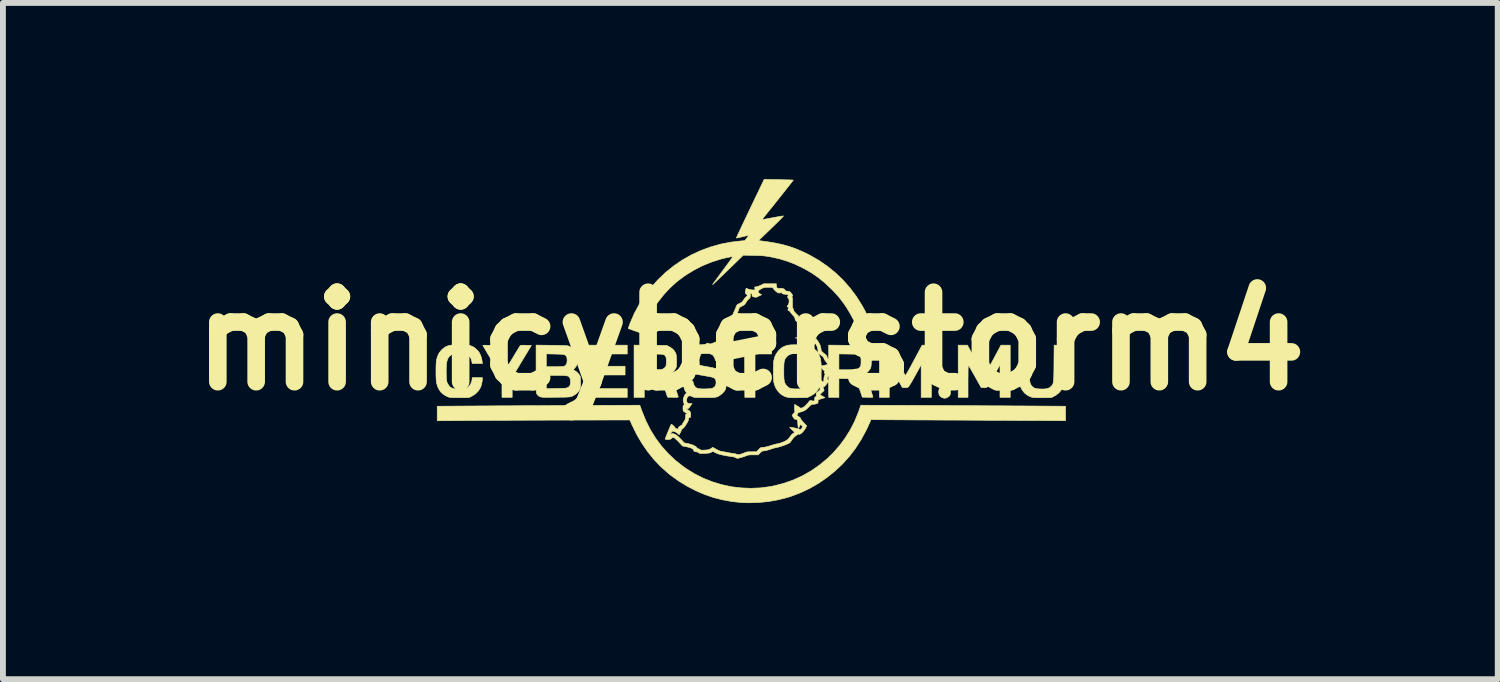
<source format=kicad_pcb>
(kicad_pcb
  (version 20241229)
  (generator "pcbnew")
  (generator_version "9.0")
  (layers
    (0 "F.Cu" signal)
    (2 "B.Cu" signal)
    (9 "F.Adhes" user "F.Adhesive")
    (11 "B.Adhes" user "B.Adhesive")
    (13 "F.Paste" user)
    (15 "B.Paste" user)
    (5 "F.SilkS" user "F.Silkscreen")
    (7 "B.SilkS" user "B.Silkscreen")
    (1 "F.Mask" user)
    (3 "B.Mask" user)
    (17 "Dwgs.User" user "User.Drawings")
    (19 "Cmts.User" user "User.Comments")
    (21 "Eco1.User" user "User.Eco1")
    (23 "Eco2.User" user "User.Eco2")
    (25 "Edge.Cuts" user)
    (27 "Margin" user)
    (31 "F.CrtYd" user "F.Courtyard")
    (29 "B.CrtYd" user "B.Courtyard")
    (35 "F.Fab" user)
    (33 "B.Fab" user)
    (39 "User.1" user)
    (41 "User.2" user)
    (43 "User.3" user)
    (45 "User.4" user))
  (footprint "minicyberstorm4"
    (layer "F.Cu")
    (at 9.732 2.763)
    (property "Reference" "minicyberstorm4" (at 0 0 0) (layer "F.SilkS") (effects (font (size 1.524 1.524) (thickness 0.3))))
    (attr through_hole)
    (fp_poly (pts (xy 3.351 0.77) (xy 3.38 0.787) (xy 3.401 0.813) (xy 3.402 0.815) (xy 3.409 0.842) (xy 3.41 0.875) (xy 3.405 0.907) (xy 3.399 0.92) (xy 3.384 0.939) (xy 3.359 0.956) (xy 3.331 0.968) (xy 3.309 0.971) (xy 3.291 0.968) (xy 3.269 0.96) (xy 3.261 0.957) (xy 3.232 0.936) (xy 3.214 0.907) (xy 3.208 0.869) (xy 3.208 0.865) (xy 3.212 0.828) (xy 3.227 0.8) (xy 3.251 0.779) (xy 3.282 0.765) (xy 3.317 0.762) (xy 3.351 0.77)) (stroke (width 0.01) (type solid)) (fill yes) (layer "F.SilkS"))
    (fp_poly (pts (xy -2.097 0.217) (xy -2.598 0.217) (xy -2.598 0.426) (xy -2.134 0.426) (xy -2.134 0.575) (xy -2.598 0.575) (xy -2.598 0.807) (xy -2.097 0.807) (xy -2.097 0.956) (xy -2.389 0.956) (xy -2.463 0.956) (xy -2.523 0.956) (xy -2.572 0.955) (xy -2.611 0.955) (xy -2.64 0.954) (xy -2.663 0.952) (xy -2.68 0.951) (xy -2.693 0.948) (xy -2.703 0.946) (xy -2.711 0.942) (xy -2.711 0.942) (xy -2.737 0.925) (xy -2.756 0.903) (xy -2.757 0.902) (xy -2.76 0.896) (xy -2.763 0.89) (xy -2.765 0.882) (xy -2.767 0.871) (xy -2.769 0.856) (xy -2.77 0.835) (xy -2.771 0.808) (xy -2.771 0.773) (xy -2.772 0.729) (xy -2.772 0.674) (xy -2.772 0.608) (xy -2.772 0.529) (xy -2.772 0.472) (xy -2.772 0.067) (xy -2.097 0.067) (xy -2.097 0.217)) (stroke (width 0.01) (type solid)) (fill yes) (layer "F.SilkS"))
    (fp_poly (pts (xy -3.819 0.069) (xy -3.818 0.069) (xy -3.73 0.071) (xy -3.893 0.342) (xy -4.057 0.613) (xy -4.057 0.956) (xy -4.231 0.956) (xy -4.231 0.614) (xy -4.394 0.344) (xy -4.429 0.286) (xy -4.461 0.233) (xy -4.49 0.185) (xy -4.514 0.144) (xy -4.534 0.11) (xy -4.548 0.086) (xy -4.556 0.073) (xy -4.557 0.07) (xy -4.551 0.069) (xy -4.532 0.068) (xy -4.504 0.068) (xy -4.47 0.069) (xy -4.462 0.069) (xy -4.366 0.071) (xy -4.259 0.254) (xy -4.231 0.301) (xy -4.205 0.344) (xy -4.183 0.38) (xy -4.165 0.41) (xy -4.152 0.429) (xy -4.146 0.439) (xy -4.146 0.439) (xy -4.141 0.433) (xy -4.129 0.416) (xy -4.112 0.39) (xy -4.091 0.355) (xy -4.066 0.314) (xy -4.038 0.268) (xy -4.032 0.257) (xy -4.004 0.21) (xy -3.978 0.167) (xy -3.955 0.13) (xy -3.937 0.1) (xy -3.923 0.08) (xy -3.916 0.07) (xy -3.915 0.07) (xy -3.905 0.069) (xy -3.884 0.068) (xy -3.854 0.068) (xy -3.819 0.069)) (stroke (width 0.01) (type solid)) (fill yes) (layer "F.SilkS"))
    (fp_poly (pts (xy 3.084 0.956) (xy 2.91 0.956) (xy 2.91 0.4) (xy 2.814 0.574) (xy 2.787 0.622) (xy 2.762 0.667) (xy 2.74 0.706) (xy 2.72 0.737) (xy 2.706 0.76) (xy 2.698 0.771) (xy 2.686 0.783) (xy 2.674 0.789) (xy 2.657 0.791) (xy 2.634 0.79) (xy 2.589 0.788) (xy 2.484 0.601) (xy 2.457 0.553) (xy 2.432 0.509) (xy 2.41 0.471) (xy 2.393 0.44) (xy 2.38 0.419) (xy 2.373 0.408) (xy 2.373 0.408) (xy 2.371 0.413) (xy 2.369 0.432) (xy 2.368 0.466) (xy 2.367 0.512) (xy 2.366 0.571) (xy 2.366 0.641) (xy 2.366 0.678) (xy 2.366 0.956) (xy 2.199 0.956) (xy 2.199 0.067) (xy 2.277 0.067) (xy 2.355 0.067) (xy 2.492 0.318) (xy 2.523 0.374) (xy 2.552 0.426) (xy 2.578 0.474) (xy 2.6 0.514) (xy 2.618 0.546) (xy 2.631 0.568) (xy 2.637 0.579) (xy 2.638 0.58) (xy 2.641 0.58) (xy 2.647 0.575) (xy 2.655 0.563) (xy 2.668 0.543) (xy 2.684 0.515) (xy 2.706 0.477) (xy 2.733 0.428) (xy 2.765 0.368) (xy 2.786 0.329) (xy 2.926 0.067) (xy 3.084 0.067) (xy 3.084 0.956)) (stroke (width 0.01) (type solid)) (fill yes) (layer "F.SilkS"))
    (fp_poly (pts (xy 4.427 0.956) (xy 4.253 0.956) (xy 4.253 0.4) (xy 4.157 0.574) (xy 4.13 0.622) (xy 4.105 0.667) (xy 4.082 0.706) (xy 4.063 0.737) (xy 4.049 0.76) (xy 4.041 0.771) (xy 4.029 0.783) (xy 4.017 0.789) (xy 4 0.791) (xy 3.977 0.79) (xy 3.932 0.788) (xy 3.827 0.601) (xy 3.8 0.553) (xy 3.775 0.509) (xy 3.753 0.471) (xy 3.735 0.44) (xy 3.723 0.419) (xy 3.716 0.408) (xy 3.715 0.408) (xy 3.713 0.413) (xy 3.712 0.432) (xy 3.71 0.466) (xy 3.709 0.512) (xy 3.709 0.571) (xy 3.708 0.641) (xy 3.708 0.678) (xy 3.708 0.956) (xy 3.541 0.956) (xy 3.541 0.067) (xy 3.619 0.067) (xy 3.698 0.067) (xy 3.835 0.318) (xy 3.866 0.374) (xy 3.895 0.426) (xy 3.921 0.474) (xy 3.943 0.514) (xy 3.961 0.546) (xy 3.973 0.568) (xy 3.98 0.579) (xy 3.98 0.58) (xy 3.983 0.58) (xy 3.989 0.575) (xy 3.998 0.563) (xy 4.01 0.543) (xy 4.027 0.515) (xy 4.048 0.477) (xy 4.075 0.428) (xy 4.108 0.368) (xy 4.129 0.329) (xy 4.269 0.067) (xy 4.427 0.067) (xy 4.427 0.956)) (stroke (width 0.01) (type solid)) (fill yes) (layer "F.SilkS"))
    (fp_poly (pts (xy 4.753 0.365) (xy 4.754 0.446) (xy 4.754 0.515) (xy 4.755 0.571) (xy 4.756 0.616) (xy 4.758 0.653) (xy 4.761 0.682) (xy 4.765 0.705) (xy 4.771 0.723) (xy 4.777 0.737) (xy 4.785 0.75) (xy 4.794 0.762) (xy 4.813 0.781) (xy 4.833 0.795) (xy 4.858 0.804) (xy 4.89 0.81) (xy 4.934 0.813) (xy 4.938 0.813) (xy 4.993 0.814) (xy 5.038 0.81) (xy 5.072 0.802) (xy 5.1 0.789) (xy 5.122 0.771) (xy 5.133 0.759) (xy 5.142 0.748) (xy 5.15 0.736) (xy 5.156 0.721) (xy 5.161 0.702) (xy 5.164 0.678) (xy 5.167 0.647) (xy 5.169 0.608) (xy 5.17 0.56) (xy 5.171 0.5) (xy 5.172 0.427) (xy 5.172 0.375) (xy 5.175 0.067) (xy 5.349 0.067) (xy 5.348 0.364) (xy 5.348 0.436) (xy 5.348 0.503) (xy 5.347 0.564) (xy 5.346 0.617) (xy 5.344 0.66) (xy 5.343 0.691) (xy 5.341 0.709) (xy 5.324 0.776) (xy 5.295 0.833) (xy 5.255 0.881) (xy 5.204 0.92) (xy 5.183 0.932) (xy 5.128 0.96) (xy 4.975 0.962) (xy 4.922 0.962) (xy 4.881 0.962) (xy 4.85 0.961) (xy 4.826 0.959) (xy 4.807 0.957) (xy 4.791 0.953) (xy 4.782 0.95) (xy 4.723 0.922) (xy 4.672 0.883) (xy 4.632 0.834) (xy 4.602 0.776) (xy 4.587 0.726) (xy 4.585 0.706) (xy 4.583 0.672) (xy 4.582 0.624) (xy 4.58 0.562) (xy 4.58 0.488) (xy 4.579 0.4) (xy 4.579 0.377) (xy 4.579 0.067) (xy 4.753 0.067) (xy 4.753 0.365)) (stroke (width 0.01) (type solid)) (fill yes) (layer "F.SilkS"))
    (fp_poly (pts (xy -1.703 0.069) (xy -1.426 0.071) (xy -1.377 0.096) (xy -1.329 0.127) (xy -1.293 0.165) (xy -1.269 0.21) (xy -1.266 0.22) (xy -1.261 0.247) (xy -1.257 0.285) (xy -1.256 0.328) (xy -1.256 0.371) (xy -1.258 0.409) (xy -1.262 0.439) (xy -1.263 0.443) (xy -1.277 0.473) (xy -1.3 0.503) (xy -1.328 0.532) (xy -1.359 0.553) (xy -1.365 0.556) (xy -1.399 0.572) (xy -1.372 0.595) (xy -1.357 0.611) (xy -1.343 0.631) (xy -1.328 0.657) (xy -1.314 0.691) (xy -1.297 0.736) (xy -1.278 0.792) (xy -1.27 0.818) (xy -1.257 0.858) (xy -1.245 0.894) (xy -1.236 0.922) (xy -1.23 0.941) (xy -1.228 0.947) (xy -1.23 0.951) (xy -1.239 0.954) (xy -1.257 0.955) (xy -1.287 0.955) (xy -1.317 0.955) (xy -1.41 0.953) (xy -1.451 0.829) (xy -1.465 0.787) (xy -1.478 0.749) (xy -1.49 0.717) (xy -1.5 0.694) (xy -1.504 0.685) (xy -1.516 0.67) (xy -1.529 0.658) (xy -1.547 0.649) (xy -1.571 0.643) (xy -1.603 0.64) (xy -1.646 0.637) (xy -1.685 0.636) (xy -1.807 0.634) (xy -1.807 0.956) (xy -1.981 0.956) (xy -1.981 0.486) (xy -1.807 0.486) (xy -1.662 0.486) (xy -1.605 0.485) (xy -1.562 0.484) (xy -1.53 0.482) (xy -1.508 0.48) (xy -1.494 0.476) (xy -1.493 0.475) (xy -1.471 0.462) (xy -1.452 0.445) (xy -1.451 0.445) (xy -1.443 0.433) (xy -1.437 0.42) (xy -1.433 0.401) (xy -1.431 0.373) (xy -1.431 0.358) (xy -1.431 0.313) (xy -1.434 0.281) (xy -1.443 0.257) (xy -1.457 0.24) (xy -1.465 0.234) (xy -1.473 0.229) (xy -1.483 0.226) (xy -1.499 0.223) (xy -1.521 0.221) (xy -1.551 0.22) (xy -1.592 0.219) (xy -1.646 0.218) (xy -1.807 0.216) (xy -1.807 0.486) (xy -1.981 0.486) (xy -1.981 0.066) (xy -1.703 0.069)) (stroke (width 0.01) (type solid)) (fill yes) (layer "F.SilkS"))
    (fp_poly (pts (xy -4.89 0.061) (xy -4.84 0.063) (xy -4.799 0.069) (xy -4.765 0.077) (xy -4.735 0.088) (xy -4.708 0.104) (xy -4.693 0.115) (xy -4.648 0.154) (xy -4.614 0.199) (xy -4.59 0.252) (xy -4.573 0.316) (xy -4.569 0.346) (xy -4.564 0.381) (xy -4.738 0.381) (xy -4.743 0.349) (xy -4.757 0.3) (xy -4.781 0.262) (xy -4.815 0.234) (xy -4.86 0.217) (xy -4.862 0.216) (xy -4.888 0.212) (xy -4.923 0.21) (xy -4.963 0.21) (xy -4.982 0.211) (xy -5.02 0.213) (xy -5.047 0.215) (xy -5.067 0.22) (xy -5.083 0.226) (xy -5.093 0.232) (xy -5.12 0.251) (xy -5.141 0.275) (xy -5.157 0.305) (xy -5.169 0.343) (xy -5.177 0.391) (xy -5.18 0.45) (xy -5.181 0.522) (xy -5.18 0.549) (xy -5.179 0.596) (xy -5.178 0.632) (xy -5.176 0.657) (xy -5.173 0.677) (xy -5.169 0.692) (xy -5.163 0.708) (xy -5.157 0.72) (xy -5.138 0.753) (xy -5.115 0.779) (xy -5.087 0.796) (xy -5.051 0.808) (xy -5.006 0.813) (xy -4.949 0.813) (xy -4.937 0.813) (xy -4.892 0.81) (xy -4.859 0.806) (xy -4.834 0.799) (xy -4.814 0.788) (xy -4.796 0.772) (xy -4.789 0.765) (xy -4.76 0.722) (xy -4.744 0.674) (xy -4.741 0.657) (xy -4.737 0.62) (xy -4.565 0.62) (xy -4.565 0.641) (xy -4.568 0.678) (xy -4.576 0.722) (xy -4.588 0.764) (xy -4.598 0.79) (xy -4.632 0.845) (xy -4.677 0.892) (xy -4.732 0.929) (xy -4.737 0.932) (xy -4.793 0.96) (xy -4.945 0.961) (xy -4.993 0.961) (xy -5.037 0.961) (xy -5.076 0.96) (xy -5.105 0.958) (xy -5.124 0.956) (xy -5.126 0.956) (xy -5.166 0.941) (xy -5.208 0.918) (xy -5.246 0.891) (xy -5.269 0.869) (xy -5.301 0.825) (xy -5.327 0.772) (xy -5.344 0.716) (xy -5.348 0.695) (xy -5.351 0.666) (xy -5.353 0.625) (xy -5.355 0.577) (xy -5.355 0.524) (xy -5.355 0.47) (xy -5.354 0.42) (xy -5.352 0.375) (xy -5.35 0.34) (xy -5.348 0.329) (xy -5.331 0.263) (xy -5.303 0.203) (xy -5.265 0.153) (xy -5.218 0.112) (xy -5.21 0.107) (xy -5.182 0.091) (xy -5.154 0.079) (xy -5.123 0.071) (xy -5.087 0.065) (xy -5.043 0.061) (xy -4.989 0.06) (xy -4.952 0.06) (xy -4.89 0.061)) (stroke (width 0.01) (type solid)) (fill yes) (layer "F.SilkS"))
    (fp_poly (pts (xy -1.844 1.197) (xy -1.779 1.357) (xy -1.702 1.509) (xy -1.613 1.653) (xy -1.512 1.788) (xy -1.4 1.913) (xy -1.277 2.029) (xy -1.144 2.134) (xy -1.092 2.171) (xy -0.949 2.259) (xy -0.8 2.334) (xy -0.646 2.395) (xy -0.487 2.443) (xy -0.325 2.478) (xy -0.16 2.498) (xy 0.006 2.505) (xy 0.173 2.498) (xy 0.339 2.476) (xy 0.414 2.461) (xy 0.577 2.418) (xy 0.735 2.362) (xy 0.888 2.292) (xy 1.034 2.209) (xy 1.172 2.114) (xy 1.302 2.007) (xy 1.404 1.909) (xy 1.515 1.784) (xy 1.614 1.651) (xy 1.702 1.51) (xy 1.778 1.362) (xy 1.841 1.209) (xy 1.848 1.189) (xy 1.882 1.09) (xy 2.964 1.094) (xy 3.102 1.095) (xy 3.246 1.095) (xy 3.392 1.096) (xy 3.541 1.097) (xy 3.69 1.097) (xy 3.837 1.098) (xy 3.981 1.099) (xy 4.12 1.1) (xy 4.254 1.1) (xy 4.379 1.101) (xy 4.495 1.102) (xy 4.6 1.102) (xy 4.692 1.103) (xy 4.708 1.103) (xy 5.37 1.107) (xy 5.37 1.353) (xy 4.534 1.349) (xy 4.402 1.348) (xy 4.259 1.347) (xy 4.107 1.347) (xy 3.948 1.346) (xy 3.786 1.345) (xy 3.622 1.344) (xy 3.46 1.343) (xy 3.302 1.343) (xy 3.151 1.342) (xy 3.009 1.341) (xy 2.879 1.341) (xy 2.875 1.341) (xy 2.053 1.336) (xy 2.038 1.376) (xy 2.029 1.397) (xy 2.015 1.427) (xy 1.998 1.464) (xy 1.979 1.504) (xy 1.969 1.525) (xy 1.885 1.679) (xy 1.79 1.826) (xy 1.684 1.964) (xy 1.567 2.094) (xy 1.44 2.213) (xy 1.304 2.322) (xy 1.16 2.421) (xy 1.009 2.508) (xy 0.851 2.582) (xy 0.687 2.644) (xy 0.625 2.663) (xy 0.469 2.702) (xy 0.307 2.731) (xy 0.141 2.747) (xy -0.025 2.752) (xy -0.131 2.749) (xy -0.306 2.732) (xy -0.48 2.7) (xy -0.625 2.663) (xy -0.775 2.612) (xy -0.926 2.547) (xy -1.073 2.471) (xy -1.216 2.384) (xy -1.35 2.288) (xy -1.404 2.245) (xy -1.526 2.136) (xy -1.641 2.015) (xy -1.748 1.883) (xy -1.845 1.742) (xy -1.933 1.594) (xy -2.008 1.441) (xy -2.011 1.436) (xy -2.053 1.341) (xy -3.035 1.343) (xy -3.168 1.343) (xy -3.308 1.344) (xy -3.451 1.344) (xy -3.597 1.345) (xy -3.743 1.345) (xy -3.888 1.346) (xy -4.03 1.346) (xy -4.168 1.347) (xy -4.298 1.347) (xy -4.421 1.348) (xy -4.533 1.349) (xy -4.633 1.349) (xy -4.675 1.35) (xy -5.334 1.354) (xy -5.334 1.107) (xy -4.679 1.103) (xy -4.59 1.102) (xy -4.487 1.102) (xy -4.374 1.101) (xy -4.251 1.1) (xy -4.119 1.1) (xy -3.981 1.099) (xy -3.839 1.098) (xy -3.693 1.098) (xy -3.545 1.097) (xy -3.397 1.096) (xy -3.251 1.095) (xy -3.108 1.095) (xy -2.969 1.094) (xy -2.953 1.094) (xy -1.883 1.09) (xy -1.844 1.197)) (stroke (width 0.01) (type solid)) (fill yes) (layer "F.SilkS"))
    (fp_poly (pts (xy -3.387 0.069) (xy -3.303 0.07) (xy -3.233 0.072) (xy -3.177 0.074) (xy -3.136 0.076) (xy -3.109 0.078) (xy -3.099 0.081) (xy -3.054 0.101) (xy -3.015 0.128) (xy -2.983 0.159) (xy -2.972 0.175) (xy -2.962 0.193) (xy -2.955 0.209) (xy -2.951 0.228) (xy -2.949 0.253) (xy -2.948 0.289) (xy -2.948 0.29) (xy -2.947 0.34) (xy -2.95 0.377) (xy -2.957 0.407) (xy -2.97 0.431) (xy -2.988 0.453) (xy -2.99 0.456) (xy -3.019 0.485) (xy -2.991 0.5) (xy -2.958 0.523) (xy -2.927 0.554) (xy -2.904 0.586) (xy -2.899 0.6) (xy -2.895 0.619) (xy -2.893 0.646) (xy -2.892 0.684) (xy -2.892 0.702) (xy -2.892 0.743) (xy -2.893 0.772) (xy -2.896 0.793) (xy -2.9 0.809) (xy -2.907 0.824) (xy -2.908 0.826) (xy -2.933 0.862) (xy -2.967 0.895) (xy -3.007 0.923) (xy -3.032 0.935) (xy -3.044 0.94) (xy -3.056 0.944) (xy -3.069 0.946) (xy -3.086 0.949) (xy -3.107 0.95) (xy -3.136 0.952) (xy -3.173 0.953) (xy -3.22 0.953) (xy -3.279 0.954) (xy -3.317 0.954) (xy -3.383 0.955) (xy -3.436 0.955) (xy -3.479 0.955) (xy -3.511 0.955) (xy -3.536 0.954) (xy -3.554 0.952) (xy -3.568 0.95) (xy -3.578 0.947) (xy -3.587 0.943) (xy -3.589 0.942) (xy -3.614 0.926) (xy -3.633 0.904) (xy -3.635 0.902) (xy -3.638 0.896) (xy -3.641 0.89) (xy -3.643 0.882) (xy -3.645 0.871) (xy -3.647 0.856) (xy -3.648 0.835) (xy -3.649 0.808) (xy -3.65 0.773) (xy -3.65 0.729) (xy -3.65 0.675) (xy -3.65 0.608) (xy -3.65 0.583) (xy -3.476 0.583) (xy -3.476 0.808) (xy -3.307 0.805) (xy -3.251 0.804) (xy -3.206 0.803) (xy -3.173 0.801) (xy -3.148 0.799) (xy -3.13 0.796) (xy -3.117 0.792) (xy -3.112 0.79) (xy -3.091 0.776) (xy -3.075 0.757) (xy -3.074 0.755) (xy -3.066 0.729) (xy -3.063 0.696) (xy -3.065 0.661) (xy -3.071 0.633) (xy -3.074 0.627) (xy -3.081 0.614) (xy -3.09 0.604) (xy -3.101 0.596) (xy -3.118 0.591) (xy -3.141 0.587) (xy -3.172 0.584) (xy -3.213 0.583) (xy -3.267 0.583) (xy -3.302 0.583) (xy -3.476 0.583) (xy -3.65 0.583) (xy -3.65 0.529) (xy -3.65 0.471) (xy -3.65 0.433) (xy -3.476 0.433) (xy -3.331 0.433) (xy -3.278 0.433) (xy -3.238 0.432) (xy -3.208 0.431) (xy -3.187 0.429) (xy -3.172 0.425) (xy -3.164 0.422) (xy -3.145 0.407) (xy -3.132 0.389) (xy -3.124 0.364) (xy -3.121 0.332) (xy -3.122 0.299) (xy -3.127 0.271) (xy -3.129 0.265) (xy -3.137 0.251) (xy -3.146 0.241) (xy -3.16 0.233) (xy -3.181 0.227) (xy -3.209 0.223) (xy -3.246 0.22) (xy -3.296 0.219) (xy -3.329 0.218) (xy -3.476 0.215) (xy -3.476 0.433) (xy -3.65 0.433) (xy -3.65 0.066) (xy -3.387 0.069)) (stroke (width 0.01) (type solid)) (fill yes) (layer "F.SilkS"))
    (fp_poly (pts (xy 0.483 -2.753) (xy 0.541 -2.751) (xy 0.594 -2.75) (xy 0.642 -2.749) (xy 0.68 -2.748) (xy 0.71 -2.747) (xy 0.727 -2.746) (xy 0.732 -2.745) (xy 0.728 -2.739) (xy 0.715 -2.723) (xy 0.695 -2.697) (xy 0.669 -2.663) (xy 0.636 -2.622) (xy 0.599 -2.575) (xy 0.558 -2.523) (xy 0.513 -2.467) (xy 0.467 -2.408) (xy 0.419 -2.348) (xy 0.37 -2.286) (xy 0.321 -2.226) (xy 0.274 -2.167) (xy 0.23 -2.112) (xy 0.216 -2.093) (xy 0.206 -2.079) (xy 0.204 -2.074) (xy 0.212 -2.074) (xy 0.232 -2.077) (xy 0.262 -2.082) (xy 0.3 -2.089) (xy 0.345 -2.097) (xy 0.381 -2.104) (xy 0.43 -2.113) (xy 0.474 -2.121) (xy 0.512 -2.127) (xy 0.541 -2.132) (xy 0.559 -2.134) (xy 0.564 -2.135) (xy 0.561 -2.129) (xy 0.548 -2.115) (xy 0.527 -2.093) (xy 0.498 -2.063) (xy 0.463 -2.028) (xy 0.422 -1.988) (xy 0.378 -1.945) (xy 0.356 -1.924) (xy 0.138 -1.714) (xy 0.187 -1.709) (xy 0.322 -1.69) (xy 0.446 -1.669) (xy 0.561 -1.643) (xy 0.67 -1.612) (xy 0.775 -1.575) (xy 0.879 -1.531) (xy 0.985 -1.48) (xy 1.008 -1.468) (xy 1.166 -1.378) (xy 1.314 -1.276) (xy 1.453 -1.163) (xy 1.581 -1.04) (xy 1.699 -0.906) (xy 1.807 -0.762) (xy 1.904 -0.607) (xy 1.961 -0.503) (xy 1.98 -0.464) (xy 1.999 -0.423) (xy 2.018 -0.381) (xy 2.035 -0.34) (xy 2.05 -0.303) (xy 2.061 -0.273) (xy 2.068 -0.251) (xy 2.07 -0.239) (xy 2.07 -0.238) (xy 2.062 -0.234) (xy 2.043 -0.226) (xy 2.016 -0.216) (xy 1.984 -0.204) (xy 1.95 -0.191) (xy 1.917 -0.179) (xy 1.888 -0.169) (xy 1.866 -0.161) (xy 1.853 -0.157) (xy 1.851 -0.157) (xy 1.846 -0.163) (xy 1.838 -0.181) (xy 1.828 -0.206) (xy 1.822 -0.221) (xy 1.788 -0.304) (xy 1.744 -0.393) (xy 1.694 -0.484) (xy 1.639 -0.574) (xy 1.581 -0.659) (xy 1.525 -0.732) (xy 1.5 -0.762) (xy 1.467 -0.799) (xy 1.43 -0.839) (xy 1.393 -0.878) (xy 1.374 -0.896) (xy 1.267 -0.997) (xy 1.157 -1.086) (xy 1.042 -1.165) (xy 0.919 -1.236) (xy 0.874 -1.259) (xy 0.753 -1.316) (xy 0.633 -1.362) (xy 0.511 -1.4) (xy 0.382 -1.43) (xy 0.334 -1.439) (xy 0.295 -1.446) (xy 0.259 -1.451) (xy 0.222 -1.455) (xy 0.181 -1.458) (xy 0.133 -1.46) (xy 0.076 -1.462) (xy 0.054 -1.462) (xy -0.12 -1.466) (xy -0.379 -1.215) (xy -0.431 -1.165) (xy -0.479 -1.119) (xy -0.523 -1.077) (xy -0.561 -1.04) (xy -0.594 -1.009) (xy -0.619 -0.985) (xy -0.635 -0.97) (xy -0.643 -0.964) (xy -0.643 -0.964) (xy -0.639 -0.97) (xy -0.628 -0.987) (xy -0.608 -1.015) (xy -0.579 -1.054) (xy -0.544 -1.103) (xy -0.5 -1.162) (xy -0.45 -1.23) (xy -0.393 -1.307) (xy -0.346 -1.371) (xy -0.327 -1.397) (xy -0.313 -1.42) (xy -0.305 -1.435) (xy -0.304 -1.44) (xy -0.316 -1.44) (xy -0.339 -1.437) (xy -0.372 -1.43) (xy -0.412 -1.422) (xy -0.456 -1.411) (xy -0.503 -1.399) (xy -0.515 -1.396) (xy -0.665 -1.348) (xy -0.814 -1.287) (xy -0.959 -1.213) (xy -1.098 -1.128) (xy -1.227 -1.034) (xy -1.255 -1.011) (xy -1.366 -0.911) (xy -1.471 -0.798) (xy -1.569 -0.675) (xy -1.658 -0.545) (xy -1.736 -0.409) (xy -1.802 -0.27) (xy -1.827 -0.208) (xy -1.854 -0.136) (xy -1.965 -0.176) (xy -2.003 -0.189) (xy -2.035 -0.201) (xy -2.06 -0.21) (xy -2.075 -0.216) (xy -2.079 -0.218) (xy -2.077 -0.225) (xy -2.071 -0.244) (xy -2.061 -0.272) (xy -2.049 -0.305) (xy -2.044 -0.318) (xy -1.974 -0.478) (xy -1.89 -0.633) (xy -1.794 -0.782) (xy -1.685 -0.923) (xy -1.571 -1.05) (xy -1.442 -1.173) (xy -1.304 -1.284) (xy -1.158 -1.384) (xy -1.004 -1.471) (xy -0.844 -1.545) (xy -0.678 -1.606) (xy -0.508 -1.654) (xy -0.332 -1.688) (xy -0.193 -1.705) (xy -0.093 -1.714) (xy -0.061 -1.756) (xy -0.045 -1.778) (xy -0.034 -1.794) (xy -0.029 -1.802) (xy -0.029 -1.803) (xy -0.036 -1.802) (xy -0.054 -1.799) (xy -0.081 -1.793) (xy -0.115 -1.785) (xy -0.132 -1.781) (xy -0.168 -1.772) (xy -0.2 -1.765) (xy -0.223 -1.76) (xy -0.236 -1.759) (xy -0.238 -1.759) (xy -0.235 -1.766) (xy -0.227 -1.785) (xy -0.213 -1.816) (xy -0.194 -1.857) (xy -0.17 -1.907) (xy -0.143 -1.966) (xy -0.112 -2.031) (xy -0.078 -2.102) (xy -0.042 -2.179) (xy -0.003 -2.259) (xy -0.003 -2.26) (xy 0.236 -2.758) (xy 0.483 -2.753)) (stroke (width 0.01) (type solid)) (fill yes) (layer "F.SilkS"))
    (fp_poly (pts (xy 0.443 -0.95) (xy 0.447 -0.921) (xy 0.461 -0.904) (xy 0.484 -0.899) (xy 0.497 -0.901) (xy 0.521 -0.902) (xy 0.546 -0.899) (xy 0.569 -0.892) (xy 0.584 -0.882) (xy 0.588 -0.874) (xy 0.594 -0.862) (xy 0.615 -0.854) (xy 0.646 -0.851) (xy 0.662 -0.849) (xy 0.676 -0.841) (xy 0.692 -0.824) (xy 0.698 -0.816) (xy 0.713 -0.796) (xy 0.719 -0.784) (xy 0.719 -0.775) (xy 0.714 -0.769) (xy 0.707 -0.757) (xy 0.711 -0.751) (xy 0.715 -0.741) (xy 0.717 -0.718) (xy 0.718 -0.68) (xy 0.717 -0.655) (xy 0.717 -0.614) (xy 0.718 -0.585) (xy 0.72 -0.569) (xy 0.724 -0.562) (xy 0.724 -0.562) (xy 0.731 -0.553) (xy 0.733 -0.539) (xy 0.738 -0.522) (xy 0.752 -0.5) (xy 0.77 -0.48) (xy 0.789 -0.461) (xy 0.805 -0.447) (xy 0.813 -0.441) (xy 0.814 -0.441) (xy 0.818 -0.434) (xy 0.82 -0.418) (xy 0.82 -0.412) (xy 0.823 -0.388) (xy 0.832 -0.373) (xy 0.847 -0.364) (xy 0.871 -0.352) (xy 0.901 -0.339) (xy 0.932 -0.328) (xy 0.959 -0.32) (xy 0.972 -0.317) (xy 0.994 -0.31) (xy 1.021 -0.299) (xy 1.042 -0.288) (xy 1.067 -0.273) (xy 1.082 -0.259) (xy 1.094 -0.24) (xy 1.101 -0.223) (xy 1.11 -0.195) (xy 1.116 -0.166) (xy 1.117 -0.152) (xy 1.116 -0.132) (xy 1.11 -0.117) (xy 1.095 -0.103) (xy 1.089 -0.097) (xy 1.068 -0.078) (xy 1.06 -0.066) (xy 1.065 -0.06) (xy 1.07 -0.06) (xy 1.08 -0.056) (xy 1.081 -0.053) (xy 1.076 -0.043) (xy 1.07 -0.037) (xy 1.061 -0.025) (xy 1.06 -0.013) (xy 1.067 -0.007) (xy 1.068 -0.007) (xy 1.079 -0.012) (xy 1.094 -0.024) (xy 1.097 -0.027) (xy 1.111 -0.039) (xy 1.119 -0.045) (xy 1.12 -0.044) (xy 1.16 0.013) (xy 1.188 0.067) (xy 1.202 0.119) (xy 1.205 0.146) (xy 1.207 0.158) (xy 1.214 0.171) (xy 1.228 0.185) (xy 1.252 0.205) (xy 1.256 0.208) (xy 1.285 0.232) (xy 1.302 0.251) (xy 1.306 0.262) (xy 1.31 0.281) (xy 1.317 0.297) (xy 1.327 0.306) (xy 1.328 0.306) (xy 1.331 0.299) (xy 1.333 0.279) (xy 1.335 0.247) (xy 1.335 0.205) (xy 1.335 0.186) (xy 1.335 0.066) (xy 1.613 0.069) (xy 1.891 0.071) (xy 1.939 0.096) (xy 1.988 0.127) (xy 2.024 0.165) (xy 2.047 0.21) (xy 2.05 0.22) (xy 2.056 0.247) (xy 2.059 0.285) (xy 2.061 0.328) (xy 2.061 0.371) (xy 2.058 0.409) (xy 2.054 0.439) (xy 2.053 0.443) (xy 2.04 0.473) (xy 2.017 0.503) (xy 1.988 0.532) (xy 1.958 0.553) (xy 1.951 0.556) (xy 1.918 0.572) (xy 1.944 0.595) (xy 1.96 0.611) (xy 1.974 0.631) (xy 1.988 0.657) (xy 2.003 0.691) (xy 2.019 0.736) (xy 2.038 0.792) (xy 2.047 0.818) (xy 2.06 0.858) (xy 2.071 0.894) (xy 2.08 0.922) (xy 2.086 0.941) (xy 2.088 0.947) (xy 2.087 0.951) (xy 2.078 0.954) (xy 2.059 0.955) (xy 2.029 0.955) (xy 1.999 0.955) (xy 1.907 0.953) (xy 1.866 0.829) (xy 1.852 0.787) (xy 1.838 0.749) (xy 1.826 0.717) (xy 1.817 0.694) (xy 1.812 0.685) (xy 1.801 0.67) (xy 1.787 0.658) (xy 1.77 0.649) (xy 1.746 0.643) (xy 1.713 0.64) (xy 1.67 0.637) (xy 1.631 0.636) (xy 1.509 0.634) (xy 1.509 0.956) (xy 1.336 0.956) (xy 1.334 0.82) (xy 1.332 0.684) (xy 1.297 0.73) (xy 1.279 0.754) (xy 1.266 0.767) (xy 1.257 0.772) (xy 1.249 0.77) (xy 1.248 0.769) (xy 1.241 0.766) (xy 1.238 0.768) (xy 1.24 0.78) (xy 1.246 0.801) (xy 1.257 0.84) (xy 1.183 0.908) (xy 1.227 0.935) (xy 1.271 0.961) (xy 1.212 0.979) (xy 1.154 0.997) (xy 1.154 1.026) (xy 1.152 1.046) (xy 1.144 1.057) (xy 1.134 1.062) (xy 1.115 1.068) (xy 1.089 1.072) (xy 1.077 1.073) (xy 1.059 1.074) (xy 1.045 1.078) (xy 1.032 1.086) (xy 1.015 1.1) (xy 0.992 1.123) (xy 0.99 1.125) (xy 0.962 1.152) (xy 0.939 1.171) (xy 0.916 1.184) (xy 0.889 1.195) (xy 0.863 1.204) (xy 0.84 1.21) (xy 0.827 1.212) (xy 0.826 1.212) (xy 0.815 1.218) (xy 0.804 1.238) (xy 0.803 1.238) (xy 0.793 1.266) (xy 0.824 1.285) (xy 0.847 1.301) (xy 0.856 1.316) (xy 0.856 1.318) (xy 0.861 1.33) (xy 0.875 1.349) (xy 0.895 1.372) (xy 0.908 1.387) (xy 0.96 1.441) (xy 0.939 1.483) (xy 0.925 1.506) (xy 0.906 1.53) (xy 0.886 1.552) (xy 0.866 1.57) (xy 0.849 1.582) (xy 0.838 1.586) (xy 0.835 1.584) (xy 0.828 1.58) (xy 0.815 1.584) (xy 0.794 1.597) (xy 0.788 1.6) (xy 0.761 1.62) (xy 0.738 1.642) (xy 0.714 1.672) (xy 0.687 1.711) (xy 0.679 1.722) (xy 0.668 1.731) (xy 0.653 1.74) (xy 0.631 1.75) (xy 0.598 1.763) (xy 0.573 1.773) (xy 0.536 1.786) (xy 0.502 1.796) (xy 0.475 1.804) (xy 0.458 1.808) (xy 0.455 1.808) (xy 0.441 1.81) (xy 0.416 1.817) (xy 0.384 1.826) (xy 0.349 1.837) (xy 0.348 1.838) (xy 0.312 1.849) (xy 0.277 1.859) (xy 0.249 1.865) (xy 0.23 1.868) (xy 0.211 1.869) (xy 0.196 1.875) (xy 0.18 1.888) (xy 0.167 1.901) (xy 0.135 1.935) (xy 0.049 1.935) (xy 0.011 1.935) (xy -0.018 1.937) (xy -0.039 1.94) (xy -0.058 1.945) (xy -0.075 1.953) (xy -0.097 1.961) (xy -0.126 1.971) (xy -0.157 1.98) (xy -0.187 1.988) (xy -0.21 1.993) (xy -0.223 1.994) (xy -0.233 1.991) (xy -0.249 1.983) (xy -0.25 1.982) (xy -0.27 1.974) (xy -0.296 1.968) (xy -0.316 1.965) (xy -0.399 1.953) (xy -0.47 1.939) (xy -0.528 1.925) (xy -0.573 1.909) (xy -0.593 1.9) (xy -0.639 1.874) (xy -0.664 1.89) (xy -0.678 1.898) (xy -0.695 1.903) (xy -0.717 1.906) (xy -0.749 1.909) (xy -0.776 1.911) (xy -0.813 1.912) (xy -0.839 1.912) (xy -0.856 1.911) (xy -0.868 1.908) (xy -0.877 1.902) (xy -0.882 1.899) (xy -0.902 1.887) (xy -0.922 1.883) (xy -0.922 1.883) (xy -0.948 1.88) (xy -0.962 1.87) (xy -0.965 1.857) (xy -0.972 1.842) (xy -0.993 1.827) (xy -1.026 1.813) (xy -1.07 1.801) (xy -1.093 1.796) (xy -1.156 1.784) (xy -1.216 1.719) (xy -1.242 1.692) (xy -1.267 1.669) (xy -1.287 1.652) (xy -1.299 1.643) (xy -1.315 1.638) (xy -1.327 1.641) (xy -1.341 1.653) (xy -1.342 1.654) (xy -1.355 1.665) (xy -1.37 1.671) (xy -1.391 1.673) (xy -1.406 1.673) (xy -1.43 1.672) (xy -1.446 1.67) (xy -1.451 1.667) (xy -1.449 1.658) (xy -1.441 1.638) (xy -1.43 1.61) (xy -1.42 1.586) (xy -1.356 1.586) (xy -1.35 1.586) (xy -1.343 1.58) (xy -1.334 1.573) (xy -1.325 1.571) (xy -1.312 1.575) (xy -1.29 1.584) (xy -1.288 1.584) (xy -1.265 1.596) (xy -1.242 1.613) (xy -1.216 1.637) (xy -1.186 1.667) (xy -1.125 1.732) (xy -1.062 1.744) (xy -1.023 1.754) (xy -0.986 1.766) (xy -0.953 1.781) (xy -0.928 1.796) (xy -0.912 1.81) (xy -0.909 1.816) (xy -0.9 1.828) (xy -0.891 1.83) (xy -0.875 1.835) (xy -0.859 1.844) (xy -0.849 1.851) (xy -0.837 1.855) (xy -0.818 1.856) (xy -0.791 1.855) (xy -0.775 1.854) (xy -0.741 1.852) (xy -0.716 1.848) (xy -0.697 1.842) (xy -0.678 1.832) (xy -0.673 1.829) (xy -0.639 1.807) (xy -0.582 1.84) (xy -0.538 1.863) (xy -0.5 1.876) (xy -0.486 1.878) (xy -0.461 1.882) (xy -0.427 1.888) (xy -0.391 1.895) (xy -0.378 1.898) (xy -0.345 1.904) (xy -0.316 1.909) (xy -0.293 1.912) (xy -0.286 1.912) (xy -0.263 1.916) (xy -0.239 1.923) (xy -0.239 1.923) (xy -0.222 1.931) (xy -0.213 1.934) (xy -0.213 1.935) (xy -0.205 1.933) (xy -0.188 1.93) (xy -0.173 1.927) (xy -0.144 1.918) (xy -0.111 1.906) (xy -0.099 1.9) (xy -0.08 1.893) (xy -0.062 1.887) (xy -0.041 1.884) (xy -0.012 1.883) (xy 0.022 1.883) (xy 0.106 1.883) (xy 0.142 1.845) (xy 0.161 1.826) (xy 0.176 1.814) (xy 0.19 1.809) (xy 0.209 1.808) (xy 0.216 1.808) (xy 0.249 1.804) (xy 0.293 1.794) (xy 0.346 1.778) (xy 0.382 1.767) (xy 0.415 1.757) (xy 0.44 1.751) (xy 0.456 1.748) (xy 0.457 1.748) (xy 0.472 1.746) (xy 0.497 1.739) (xy 0.527 1.729) (xy 0.549 1.721) (xy 0.588 1.705) (xy 0.618 1.688) (xy 0.643 1.669) (xy 0.666 1.642) (xy 0.687 1.612) (xy 0.705 1.59) (xy 0.727 1.571) (xy 0.732 1.568) (xy 0.758 1.552) (xy 0.711 1.509) (xy 0.691 1.489) (xy 0.677 1.474) (xy 0.671 1.466) (xy 0.671 1.465) (xy 0.688 1.466) (xy 0.713 1.47) (xy 0.743 1.475) (xy 0.774 1.482) (xy 0.803 1.489) (xy 0.826 1.495) (xy 0.84 1.5) (xy 0.842 1.502) (xy 0.851 1.507) (xy 0.864 1.499) (xy 0.877 1.48) (xy 0.882 1.471) (xy 0.888 1.456) (xy 0.885 1.445) (xy 0.876 1.435) (xy 0.863 1.424) (xy 0.855 1.419) (xy 0.855 1.419) (xy 0.85 1.426) (xy 0.842 1.441) (xy 0.838 1.449) (xy 0.829 1.467) (xy 0.822 1.478) (xy 0.82 1.479) (xy 0.817 1.472) (xy 0.813 1.454) (xy 0.81 1.427) (xy 0.809 1.414) (xy 0.807 1.377) (xy 0.804 1.354) (xy 0.8 1.339) (xy 0.794 1.332) (xy 0.785 1.33) (xy 0.775 1.33) (xy 0.76 1.328) (xy 0.748 1.32) (xy 0.736 1.303) (xy 0.731 1.295) (xy 0.711 1.261) (xy 0.737 1.231) (xy 0.753 1.211) (xy 0.759 1.195) (xy 0.758 1.185) (xy 0.754 1.169) (xy 0.753 1.149) (xy 0.753 1.122) (xy 0.753 1.107) (xy 0.755 1.075) (xy 0.792 1.098) (xy 0.816 1.112) (xy 0.835 1.125) (xy 0.844 1.132) (xy 0.854 1.139) (xy 0.864 1.14) (xy 0.88 1.136) (xy 0.889 1.132) (xy 0.915 1.117) (xy 0.945 1.091) (xy 0.976 1.058) (xy 0.999 1.028) (xy 1.01 1.014) (xy 1.02 1.01) (xy 1.037 1.012) (xy 1.042 1.013) (xy 1.069 1.019) (xy 1.086 1.016) (xy 1.094 1.005) (xy 1.096 0.984) (xy 1.096 0.983) (xy 1.097 0.962) (xy 1.102 0.951) (xy 1.111 0.946) (xy 1.121 0.942) (xy 1.124 0.932) (xy 1.123 0.912) (xy 1.123 0.912) (xy 1.121 0.895) (xy 1.124 0.883) (xy 1.134 0.872) (xy 1.152 0.857) (xy 1.155 0.856) (xy 1.176 0.839) (xy 1.186 0.826) (xy 1.189 0.813) (xy 1.186 0.795) (xy 1.186 0.794) (xy 1.183 0.787) (xy 1.178 0.788) (xy 1.169 0.798) (xy 1.155 0.819) (xy 1.153 0.822) (xy 1.124 0.86) (xy 1.092 0.891) (xy 1.052 0.918) (xy 1.019 0.936) (xy 0.969 0.96) (xy 0.819 0.962) (xy 0.758 0.963) (xy 0.71 0.962) (xy 0.672 0.96) (xy 0.64 0.956) (xy 0.612 0.949) (xy 0.587 0.94) (xy 0.56 0.927) (xy 0.556 0.925) (xy 0.509 0.893) (xy 0.468 0.849) (xy 0.434 0.797) (xy 0.41 0.739) (xy 0.4 0.695) (xy 0.397 0.666) (xy 0.394 0.625) (xy 0.393 0.577) (xy 0.392 0.524) (xy 0.392 0.512) (xy 0.57 0.512) (xy 0.57 0.573) (xy 0.572 0.621) (xy 0.575 0.659) (xy 0.58 0.689) (xy 0.588 0.712) (xy 0.599 0.732) (xy 0.613 0.751) (xy 0.625 0.763) (xy 0.644 0.782) (xy 0.664 0.795) (xy 0.687 0.804) (xy 0.716 0.809) (xy 0.752 0.812) (xy 0.8 0.812) (xy 0.813 0.812) (xy 0.852 0.811) (xy 0.881 0.809) (xy 0.901 0.807) (xy 0.918 0.802) (xy 0.934 0.795) (xy 0.94 0.792) (xy 0.972 0.767) (xy 1 0.733) (xy 1.019 0.693) (xy 1.026 0.667) (xy 1.028 0.648) (xy 1.028 0.628) (xy 1.206 0.628) (xy 1.206 0.649) (xy 1.208 0.663) (xy 1.212 0.672) (xy 1.217 0.678) (xy 1.221 0.681) (xy 1.237 0.692) (xy 1.246 0.692) (xy 1.251 0.68) (xy 1.252 0.655) (xy 1.252 0.652) (xy 1.253 0.644) (xy 1.31 0.644) (xy 1.317 0.658) (xy 1.328 0.669) (xy 1.333 0.672) (xy 1.334 0.666) (xy 1.335 0.648) (xy 1.335 0.626) (xy 1.335 0.601) (xy 1.333 0.589) (xy 1.33 0.587) (xy 1.324 0.593) (xy 1.324 0.594) (xy 1.31 0.62) (xy 1.31 0.644) (xy 1.253 0.644) (xy 1.255 0.62) (xy 1.261 0.593) (xy 1.265 0.586) (xy 1.272 0.569) (xy 1.272 0.557) (xy 1.265 0.546) (xy 1.258 0.531) (xy 1.262 0.521) (xy 1.269 0.509) (xy 1.263 0.501) (xy 1.256 0.498) (xy 1.243 0.49) (xy 1.24 0.486) (xy 1.509 0.486) (xy 1.655 0.486) (xy 1.711 0.485) (xy 1.754 0.484) (xy 1.786 0.482) (xy 1.809 0.48) (xy 1.823 0.476) (xy 1.824 0.475) (xy 1.845 0.462) (xy 1.865 0.445) (xy 1.865 0.445) (xy 1.874 0.433) (xy 1.88 0.42) (xy 1.883 0.401) (xy 1.885 0.373) (xy 1.886 0.358) (xy 1.886 0.313) (xy 1.882 0.281) (xy 1.874 0.257) (xy 1.859 0.24) (xy 1.852 0.234) (xy 1.844 0.229) (xy 1.833 0.226) (xy 1.818 0.223) (xy 1.796 0.221) (xy 1.765 0.22) (xy 1.724 0.219) (xy 1.671 0.218) (xy 1.509 0.216) (xy 1.509 0.486) (xy 1.24 0.486) (xy 1.229 0.473) (xy 1.225 0.466) (xy 1.221 0.459) (xy 1.316 0.459) (xy 1.317 0.463) (xy 1.326 0.47) (xy 1.328 0.471) (xy 1.335 0.465) (xy 1.335 0.463) (xy 1.329 0.457) (xy 1.324 0.456) (xy 1.316 0.459) (xy 1.221 0.459) (xy 1.208 0.437) (xy 1.206 0.553) (xy 1.206 0.597) (xy 1.206 0.628) (xy 1.028 0.628) (xy 1.029 0.617) (xy 1.03 0.578) (xy 1.03 0.534) (xy 1.03 0.488) (xy 1.03 0.445) (xy 1.029 0.406) (xy 1.028 0.375) (xy 1.026 0.357) (xy 1.013 0.317) (xy 0.991 0.279) (xy 0.963 0.247) (xy 0.941 0.232) (xy 0.922 0.224) (xy 0.903 0.218) (xy 0.879 0.214) (xy 0.847 0.212) (xy 0.825 0.211) (xy 0.769 0.21) (xy 0.725 0.212) (xy 0.691 0.219) (xy 0.663 0.23) (xy 0.638 0.247) (xy 0.624 0.26) (xy 0.607 0.279) (xy 0.594 0.298) (xy 0.585 0.319) (xy 0.578 0.345) (xy 0.573 0.378) (xy 0.571 0.419) (xy 0.57 0.472) (xy 0.57 0.512) (xy 0.392 0.512) (xy 0.392 0.47) (xy 0.394 0.42) (xy 0.395 0.375) (xy 0.398 0.34) (xy 0.4 0.329) (xy 0.415 0.269) (xy 0.442 0.213) (xy 0.452 0.2) (xy 1.153 0.2) (xy 1.171 0.236) (xy 1.195 0.299) (xy 1.204 0.366) (xy 1.205 0.379) (xy 1.205 0.4) (xy 1.208 0.412) (xy 1.217 0.418) (xy 1.233 0.417) (xy 1.26 0.411) (xy 1.272 0.408) (xy 1.295 0.402) (xy 1.312 0.396) (xy 1.318 0.393) (xy 1.316 0.386) (xy 1.306 0.371) (xy 1.291 0.351) (xy 1.289 0.349) (xy 1.272 0.327) (xy 1.26 0.307) (xy 1.255 0.294) (xy 1.255 0.293) (xy 1.25 0.279) (xy 1.235 0.263) (xy 1.23 0.259) (xy 1.207 0.241) (xy 1.182 0.222) (xy 1.179 0.219) (xy 1.153 0.2) (xy 0.452 0.2) (xy 0.478 0.162) (xy 0.521 0.121) (xy 0.556 0.099) (xy 0.583 0.086) (xy 0.608 0.076) (xy 0.635 0.069) (xy 0.666 0.064) (xy 0.704 0.061) (xy 0.75 0.06) (xy 0.808 0.061) (xy 0.819 0.061) (xy 0.969 0.064) (xy 1.025 0.091) (xy 1.08 0.124) (xy 1.118 0.157) (xy 1.154 0.195) (xy 1.154 0.17) (xy 1.149 0.129) (xy 1.136 0.086) (xy 1.123 0.061) (xy 1.109 0.036) (xy 1.091 0.053) (xy 1.078 0.064) (xy 1.067 0.065) (xy 1.056 0.06) (xy 1.041 0.049) (xy 1.021 0.031) (xy 1.005 0.014) (xy 0.973 -0.021) (xy 0.766 -0.057) (xy 0.866 -0.067) (xy 0.906 -0.072) (xy 0.934 -0.075) (xy 0.951 -0.079) (xy 0.96 -0.082) (xy 0.963 -0.087) (xy 0.963 -0.09) (xy 0.966 -0.102) (xy 0.982 -0.11) (xy 1.005 -0.112) (xy 1.02 -0.117) (xy 1.038 -0.128) (xy 1.041 -0.129) (xy 1.054 -0.143) (xy 1.059 -0.156) (xy 1.056 -0.175) (xy 1.043 -0.208) (xy 1.019 -0.235) (xy 0.985 -0.252) (xy 0.979 -0.254) (xy 0.908 -0.276) (xy 0.851 -0.299) (xy 0.808 -0.322) (xy 0.779 -0.345) (xy 0.764 -0.369) (xy 0.762 -0.382) (xy 0.758 -0.399) (xy 0.747 -0.418) (xy 0.725 -0.443) (xy 0.706 -0.465) (xy 0.69 -0.484) (xy 0.682 -0.498) (xy 0.682 -0.498) (xy 0.67 -0.513) (xy 0.657 -0.52) (xy 0.643 -0.526) (xy 0.64 -0.537) (xy 0.647 -0.555) (xy 0.651 -0.568) (xy 0.644 -0.578) (xy 0.64 -0.581) (xy 0.625 -0.592) (xy 0.642 -0.616) (xy 0.656 -0.643) (xy 0.661 -0.674) (xy 0.659 -0.705) (xy 0.65 -0.731) (xy 0.645 -0.736) (xy 0.635 -0.75) (xy 0.636 -0.761) (xy 0.64 -0.769) (xy 0.646 -0.782) (xy 0.642 -0.79) (xy 0.639 -0.792) (xy 0.623 -0.798) (xy 0.61 -0.799) (xy 0.59 -0.801) (xy 0.566 -0.804) (xy 0.564 -0.804) (xy 0.546 -0.809) (xy 0.538 -0.817) (xy 0.537 -0.826) (xy 0.534 -0.84) (xy 0.53 -0.844) (xy 0.523 -0.838) (xy 0.523 -0.833) (xy 0.518 -0.825) (xy 0.501 -0.822) (xy 0.494 -0.822) (xy 0.477 -0.823) (xy 0.462 -0.83) (xy 0.444 -0.843) (xy 0.425 -0.86) (xy 0.406 -0.88) (xy 0.391 -0.897) (xy 0.385 -0.907) (xy 0.385 -0.908) (xy 0.382 -0.913) (xy 0.371 -0.916) (xy 0.352 -0.918) (xy 0.32 -0.919) (xy 0.31 -0.919) (xy 0.274 -0.919) (xy 0.249 -0.917) (xy 0.23 -0.913) (xy 0.211 -0.906) (xy 0.19 -0.896) (xy 0.156 -0.876) (xy 0.137 -0.858) (xy 0.132 -0.84) (xy 0.141 -0.824) (xy 0.164 -0.808) (xy 0.165 -0.808) (xy 0.192 -0.793) (xy 0.144 -0.769) (xy 0.119 -0.757) (xy 0.101 -0.75) (xy 0.087 -0.749) (xy 0.072 -0.752) (xy 0.062 -0.754) (xy 0.042 -0.761) (xy 0.032 -0.768) (xy 0.029 -0.78) (xy 0.029 -0.789) (xy 0.027 -0.807) (xy 0.02 -0.814) (xy 0.015 -0.814) (xy 0.006 -0.812) (xy 0.001 -0.804) (xy 0.000045 -0.785) (xy 0 -0.778) (xy -0.001 -0.754) (xy -0.007 -0.739) (xy -0.019 -0.726) (xy -0.025 -0.722) (xy -0.043 -0.704) (xy -0.062 -0.679) (xy -0.074 -0.66) (xy -0.09 -0.635) (xy -0.106 -0.619) (xy -0.127 -0.606) (xy -0.137 -0.602) (xy -0.17 -0.584) (xy -0.189 -0.567) (xy -0.196 -0.547) (xy -0.196 -0.544) (xy -0.2 -0.531) (xy -0.209 -0.51) (xy -0.218 -0.493) (xy -0.233 -0.467) (xy -0.239 -0.447) (xy -0.24 -0.427) (xy -0.236 -0.407) (xy -0.234 -0.39) (xy -0.24 -0.38) (xy -0.247 -0.376) (xy -0.254 -0.373) (xy -0.256 -0.367) (xy -0.252 -0.359) (xy -0.241 -0.344) (xy -0.222 -0.321) (xy -0.216 -0.313) (xy -0.168 -0.258) (xy -0.227 -0.254) (xy -0.257 -0.251) (xy -0.283 -0.247) (xy -0.299 -0.242) (xy -0.301 -0.241) (xy -0.312 -0.229) (xy -0.322 -0.209) (xy -0.325 -0.2) (xy -0.33 -0.179) (xy -0.33 -0.162) (xy -0.325 -0.141) (xy -0.32 -0.128) (xy -0.305 -0.09) (xy -0.33 -0.09) (xy -0.347 -0.088) (xy -0.355 -0.084) (xy -0.356 -0.083) (xy -0.352 -0.074) (xy -0.341 -0.056) (xy -0.326 -0.032) (xy -0.308 -0.005) (xy -0.26 0.067) (xy 0.363 0.067) (xy 0.363 0.217) (xy 0.08 0.217) (xy 0.08 0.956) (xy -0.094 0.956) (xy -0.096 0.588) (xy -0.098 0.22) (xy -0.377 0.216) (xy -0.377 0.067) (xy -0.328 0.067) (xy -0.279 0.067) (xy -0.336 0.029) (xy -0.37 0.008) (xy -0.395 -0.003) (xy -0.412 -0.005) (xy -0.422 0.003) (xy -0.428 0.02) (xy -0.429 0.024) (xy -0.437 0.049) (xy -0.456 0.078) (xy -0.465 0.09) (xy -0.497 0.129) (xy -0.508 0.09) (xy -0.515 0.069) (xy -0.52 0.054) (xy -0.523 0.051) (xy -0.533 0.052) (xy -0.549 0.058) (xy -0.566 0.064) (xy -0.578 0.071) (xy -0.58 0.073) (xy -0.575 0.08) (xy -0.56 0.09) (xy -0.543 0.101) (xy -0.499 0.136) (xy -0.464 0.182) (xy -0.44 0.234) (xy -0.43 0.285) (xy -0.426 0.329) (xy -0.595 0.329) (xy -0.603 0.297) (xy -0.614 0.272) (xy -0.63 0.247) (xy -0.634 0.242) (xy -0.653 0.227) (xy -0.678 0.217) (xy -0.711 0.211) (xy -0.754 0.21) (xy -0.791 0.211) (xy -0.819 0.212) (xy -0.836 0.215) (xy -0.844 0.219) (xy -0.847 0.227) (xy -0.847 0.228) (xy -0.852 0.242) (xy -0.86 0.265) (xy -0.869 0.286) (xy -0.882 0.311) (xy -0.892 0.325) (xy -0.903 0.329) (xy -0.903 0.329) (xy -0.919 0.335) (xy -0.932 0.351) (xy -0.938 0.363) (xy -0.941 0.373) (xy -0.938 0.382) (xy -0.93 0.389) (xy -0.915 0.396) (xy -0.891 0.404) (xy -0.857 0.411) (xy -0.811 0.42) (xy -0.753 0.431) (xy -0.726 0.436) (xy -0.662 0.448) (xy -0.611 0.459) (xy -0.57 0.47) (xy -0.538 0.481) (xy -0.511 0.493) (xy -0.489 0.508) (xy -0.469 0.525) (xy -0.46 0.534) (xy -0.438 0.559) (xy -0.424 0.582) (xy -0.415 0.607) (xy -0.414 0.612) (xy -0.409 0.646) (xy -0.407 0.688) (xy -0.409 0.733) (xy -0.414 0.775) (xy -0.421 0.81) (xy -0.424 0.82) (xy -0.442 0.85) (xy -0.469 0.881) (xy -0.503 0.91) (xy -0.539 0.934) (xy -0.557 0.943) (xy -0.571 0.948) (xy -0.584 0.952) (xy -0.599 0.955) (xy -0.617 0.957) (xy -0.642 0.959) (xy -0.674 0.96) (xy -0.716 0.96) (xy -0.771 0.96) (xy -0.777 0.96) (xy -0.832 0.96) (xy -0.875 0.96) (xy -0.908 0.959) (xy -0.933 0.958) (xy -0.951 0.956) (xy -0.965 0.953) (xy -0.977 0.949) (xy -0.989 0.944) (xy -0.992 0.942) (xy -1.016 0.932) (xy -1.032 0.929) (xy -1.045 0.931) (xy -1.051 0.933) (xy -1.069 0.948) (xy -1.081 0.973) (xy -1.086 1.001) (xy -1.083 1.03) (xy -1.072 1.051) (xy -1.061 1.057) (xy -1.041 1.06) (xy -1.029 1.061) (xy -0.993 1.061) (xy -1.024 1.106) (xy -1.041 1.13) (xy -1.054 1.143) (xy -1.066 1.15) (xy -1.077 1.151) (xy -1.099 1.152) (xy -1.07 1.166) (xy -1.042 1.182) (xy -1.025 1.202) (xy -1.017 1.229) (xy -1.016 1.256) (xy -1.016 1.28) (xy -1.019 1.294) (xy -1.024 1.299) (xy -1.034 1.3) (xy -1.034 1.3) (xy -1.046 1.302) (xy -1.051 1.311) (xy -1.052 1.326) (xy -1.058 1.353) (xy -1.073 1.383) (xy -1.073 1.384) (xy -1.09 1.41) (xy -1.108 1.438) (xy -1.113 1.446) (xy -1.129 1.467) (xy -1.148 1.485) (xy -1.154 1.489) (xy -1.168 1.501) (xy -1.176 1.513) (xy -1.176 1.514) (xy -1.179 1.528) (xy -1.188 1.548) (xy -1.194 1.559) (xy -1.213 1.592) (xy -1.243 1.566) (xy -1.272 1.547) (xy -1.301 1.536) (xy -1.304 1.536) (xy -1.324 1.533) (xy -1.335 1.536) (xy -1.343 1.547) (xy -1.346 1.553) (xy -1.355 1.574) (xy -1.356 1.586) (xy -1.42 1.586) (xy -1.417 1.577) (xy -1.402 1.541) (xy -1.387 1.504) (xy -1.373 1.471) (xy -1.361 1.443) (xy -1.352 1.423) (xy -1.347 1.415) (xy -1.347 1.414) (xy -1.34 1.416) (xy -1.326 1.426) (xy -1.31 1.44) (xy -1.295 1.455) (xy -1.285 1.469) (xy -1.283 1.473) (xy -1.273 1.484) (xy -1.264 1.487) (xy -1.248 1.491) (xy -1.243 1.495) (xy -1.237 1.5) (xy -1.232 1.496) (xy -1.227 1.483) (xy -1.222 1.466) (xy -1.215 1.458) (xy -1.199 1.447) (xy -1.191 1.442) (xy -1.173 1.432) (xy -1.162 1.423) (xy -1.161 1.421) (xy -1.157 1.412) (xy -1.148 1.395) (xy -1.134 1.373) (xy -1.132 1.371) (xy -1.116 1.345) (xy -1.108 1.324) (xy -1.104 1.303) (xy -1.103 1.283) (xy -1.103 1.259) (xy -1.1 1.246) (xy -1.094 1.241) (xy -1.089 1.24) (xy -1.077 1.237) (xy -1.074 1.233) (xy -1.08 1.226) (xy -1.083 1.225) (xy -1.095 1.221) (xy -1.112 1.211) (xy -1.12 1.206) (xy -1.134 1.195) (xy -1.142 1.185) (xy -1.146 1.171) (xy -1.147 1.148) (xy -1.147 1.139) (xy -1.146 1.112) (xy -1.143 1.097) (xy -1.138 1.091) (xy -1.136 1.091) (xy -1.129 1.09) (xy -1.126 1.087) (xy -1.127 1.077) (xy -1.132 1.057) (xy -1.136 1.041) (xy -1.142 1.019) (xy -1.144 1.002) (xy -1.142 0.984) (xy -1.135 0.96) (xy -1.132 0.952) (xy -1.12 0.921) (xy -1.109 0.902) (xy -1.099 0.895) (xy -1.084 0.885) (xy -1.084 0.876) (xy -1.095 0.867) (xy -1.104 0.856) (xy -1.116 0.832) (xy -1.128 0.798) (xy -1.129 0.796) (xy -1.142 0.741) (xy -1.145 0.693) (xy -1.139 0.662) (xy -1.081 0.662) (xy -1.077 0.668) (xy -1.063 0.671) (xy -1.038 0.672) (xy -1.031 0.672) (xy -1.004 0.673) (xy -0.989 0.674) (xy -0.981 0.679) (xy -0.977 0.687) (xy -0.976 0.693) (xy -0.969 0.721) (xy -0.963 0.74) (xy -0.955 0.755) (xy -0.949 0.764) (xy -0.935 0.782) (xy -0.918 0.795) (xy -0.895 0.804) (xy -0.866 0.809) (xy -0.827 0.812) (xy -0.777 0.812) (xy -0.762 0.812) (xy -0.718 0.81) (xy -0.687 0.808) (xy -0.663 0.805) (xy -0.646 0.8) (xy -0.636 0.796) (xy -0.609 0.778) (xy -0.593 0.755) (xy -0.585 0.723) (xy -0.584 0.701) (xy -0.586 0.673) (xy -0.591 0.655) (xy -0.601 0.64) (xy -0.601 0.64) (xy -0.61 0.632) (xy -0.621 0.624) (xy -0.637 0.617) (xy -0.658 0.611) (xy -0.687 0.604) (xy -0.726 0.597) (xy -0.777 0.588) (xy -0.806 0.583) (xy -0.851 0.575) (xy -0.894 0.567) (xy -0.932 0.56) (xy -0.96 0.553) (xy -0.976 0.549) (xy -0.997 0.543) (xy -1.011 0.539) (xy -1.014 0.538) (xy -1.016 0.544) (xy -1.016 0.556) (xy -1.021 0.574) (xy -1.028 0.584) (xy -1.042 0.598) (xy -1.057 0.618) (xy -1.07 0.638) (xy -1.079 0.655) (xy -1.081 0.662) (xy -1.139 0.662) (xy -1.137 0.649) (xy -1.117 0.607) (xy -1.091 0.57) (xy -1.073 0.543) (xy -1.068 0.52) (xy -1.075 0.502) (xy -1.084 0.492) (xy -1.097 0.478) (xy -1.112 0.455) (xy -1.121 0.439) (xy -1.129 0.42) (xy -1.135 0.403) (xy -1.138 0.382) (xy -1.139 0.355) (xy -1.139 0.318) (xy -1.138 0.29) (xy -0.965 0.29) (xy -0.962 0.289) (xy -0.957 0.282) (xy -0.945 0.271) (xy -0.936 0.269) (xy -0.923 0.262) (xy -0.911 0.247) (xy -0.904 0.231) (xy -0.906 0.225) (xy -0.909 0.224) (xy -0.924 0.23) (xy -0.941 0.244) (xy -0.955 0.262) (xy -0.957 0.267) (xy -0.963 0.281) (xy -0.965 0.29) (xy -1.138 0.29) (xy -1.137 0.264) (xy -1.131 0.222) (xy -1.118 0.187) (xy -1.098 0.157) (xy -1.071 0.129) (xy -1.041 0.105) (xy -1.009 0.087) (xy -0.973 0.075) (xy -0.929 0.067) (xy -0.875 0.061) (xy -0.859 0.061) (xy -0.818 0.058) (xy -0.789 0.055) (xy -0.769 0.052) (xy -0.756 0.047) (xy -0.748 0.042) (xy -0.737 0.033) (xy -0.727 0.032) (xy -0.71 0.038) (xy -0.707 0.039) (xy -0.694 0.044) (xy -0.682 0.046) (xy -0.669 0.044) (xy -0.65 0.037) (xy -0.623 0.026) (xy -0.611 0.021) (xy -0.579 0.009) (xy -0.549 -0.001) (xy -0.526 -0.006) (xy -0.518 -0.007) (xy -0.5 -0.01) (xy -0.483 -0.021) (xy -0.467 -0.037) (xy -0.45 -0.054) (xy -0.436 -0.065) (xy -0.43 -0.067) (xy -0.422 -0.07) (xy -0.423 -0.072) (xy -0.422 -0.081) (xy -0.416 -0.097) (xy -0.409 -0.109) (xy -0.397 -0.136) (xy -0.394 -0.158) (xy -0.395 -0.162) (xy -0.394 -0.187) (xy -0.389 -0.198) (xy -0.382 -0.215) (xy -0.378 -0.238) (xy -0.378 -0.243) (xy -0.377 -0.261) (xy -0.372 -0.271) (xy -0.361 -0.279) (xy -0.339 -0.287) (xy -0.339 -0.287) (xy -0.317 -0.296) (xy -0.301 -0.303) (xy -0.296 -0.306) (xy -0.297 -0.314) (xy -0.305 -0.33) (xy -0.318 -0.352) (xy -0.319 -0.352) (xy -0.348 -0.394) (xy -0.322 -0.406) (xy -0.305 -0.417) (xy -0.3 -0.427) (xy -0.301 -0.431) (xy -0.3 -0.445) (xy -0.293 -0.468) (xy -0.281 -0.497) (xy -0.266 -0.528) (xy -0.253 -0.56) (xy -0.243 -0.585) (xy -0.243 -0.585) (xy -0.235 -0.605) (xy -0.226 -0.619) (xy -0.212 -0.63) (xy -0.188 -0.642) (xy -0.184 -0.643) (xy -0.157 -0.658) (xy -0.137 -0.673) (xy -0.121 -0.694) (xy -0.113 -0.706) (xy -0.097 -0.729) (xy -0.08 -0.749) (xy -0.069 -0.759) (xy -0.054 -0.773) (xy -0.053 -0.787) (xy -0.066 -0.802) (xy -0.07 -0.805) (xy -0.081 -0.814) (xy -0.086 -0.823) (xy -0.086 -0.836) (xy -0.081 -0.859) (xy -0.081 -0.862) (xy -0.072 -0.903) (xy -0.036 -0.889) (xy -0.003 -0.879) (xy 0.032 -0.874) (xy 0.041 -0.874) (xy 0.081 -0.874) (xy 0.077 -0.9) (xy 0.074 -0.918) (xy 0.078 -0.925) (xy 0.092 -0.926) (xy 0.097 -0.926) (xy 0.116 -0.93) (xy 0.142 -0.938) (xy 0.171 -0.95) (xy 0.175 -0.953) (xy 0.228 -0.979) (xy 0.443 -0.979) (xy 0.443 -0.95)) (stroke (width 0.01) (type solid)) (fill yes) (layer "F.SilkS")))
  (gr_rect
    (start -3 -3)
    (end 22.464 8.52)
    (stroke (width 0.1) (type default))
    (fill no)
    (layer "Edge.Cuts")))
</source>
